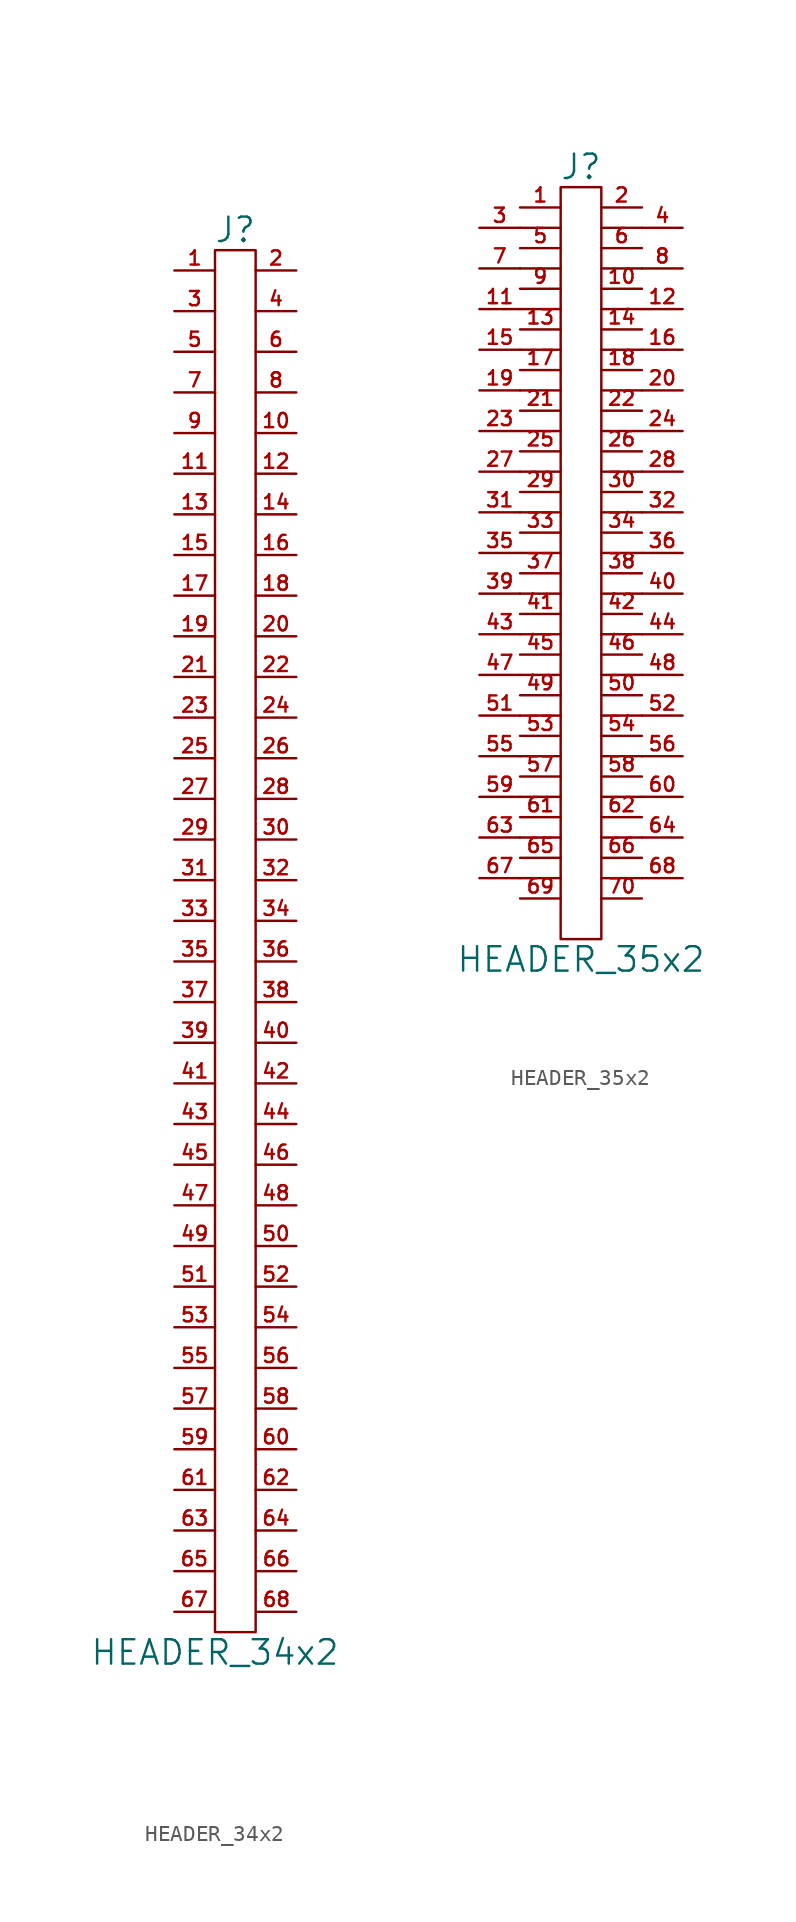
<source format=kicad_sym>
(kicad_symbol_lib
  (version 20201005)
  (generator kicad_symbol_editor)
  (symbol "HEADER_34x2"
    (pin_names
      (offset 0))
    (property "Reference" "J"
      (at 0 44.45 0)
      (effects (font (size 1.524 1.524))))
    (property "Value" "HEADER_34x2"
      (at -1.27 -44.45 0)
      (effects (font (size 1.524 1.524))))
    (property "Footprint" ""
      (at 0 0 0)
      (effects (font (size 1.524 1.524))))
    (property "Datasheet" ""
      (at 0 0 0)
      (effects (font (size 1.524 1.524))))
    (symbol "HEADER_34x2_0_1"
      (rectangle (start 1.27 -43.18) (end -1.27 43.18) (stroke (width 0)) (fill (type none))))
    (symbol "HEADER_34x2_1_1"
      (pin passive line (at -3.81 41.91 0) (length 2.54) (name "~" (effects (font (size 1.27 1.27)))) (number "1" (effects (font (size 0.889 0.889)))))
      (pin passive line (at 3.81 31.75 180) (length 2.54) (name "~" (effects (font (size 1.27 1.27)))) (number "10" (effects (font (size 0.889 0.889)))))
      (pin passive line (at -3.81 29.21 0) (length 2.54) (name "~" (effects (font (size 1.27 1.27)))) (number "11" (effects (font (size 0.889 0.889)))))
      (pin passive line (at 3.81 29.21 180) (length 2.54) (name "~" (effects (font (size 1.27 1.27)))) (number "12" (effects (font (size 0.889 0.889)))))
      (pin passive line (at -3.81 26.67 0) (length 2.54) (name "~" (effects (font (size 1.27 1.27)))) (number "13" (effects (font (size 0.889 0.889)))))
      (pin passive line (at 3.81 26.67 180) (length 2.54) (name "~" (effects (font (size 1.27 1.27)))) (number "14" (effects (font (size 0.889 0.889)))))
      (pin passive line (at -3.81 24.13 0) (length 2.54) (name "~" (effects (font (size 1.27 1.27)))) (number "15" (effects (font (size 0.889 0.889)))))
      (pin passive line (at 3.81 24.13 180) (length 2.54) (name "~" (effects (font (size 1.27 1.27)))) (number "16" (effects (font (size 0.889 0.889)))))
      (pin passive line (at -3.81 21.59 0) (length 2.54) (name "~" (effects (font (size 1.27 1.27)))) (number "17" (effects (font (size 0.889 0.889)))))
      (pin passive line (at 3.81 21.59 180) (length 2.54) (name "~" (effects (font (size 1.27 1.27)))) (number "18" (effects (font (size 0.889 0.889)))))
      (pin passive line (at -3.81 19.05 0) (length 2.54) (name "~" (effects (font (size 1.27 1.27)))) (number "19" (effects (font (size 0.889 0.889)))))
      (pin passive line (at 3.81 41.91 180) (length 2.54) (name "~" (effects (font (size 1.27 1.27)))) (number "2" (effects (font (size 0.889 0.889)))))
      (pin passive line (at 3.81 19.05 180) (length 2.54) (name "~" (effects (font (size 1.27 1.27)))) (number "20" (effects (font (size 0.889 0.889)))))
      (pin passive line (at -3.81 16.51 0) (length 2.54) (name "~" (effects (font (size 1.27 1.27)))) (number "21" (effects (font (size 0.889 0.889)))))
      (pin passive line (at 3.81 16.51 180) (length 2.54) (name "~" (effects (font (size 1.27 1.27)))) (number "22" (effects (font (size 0.889 0.889)))))
      (pin passive line (at -3.81 13.97 0) (length 2.54) (name "~" (effects (font (size 1.27 1.27)))) (number "23" (effects (font (size 0.889 0.889)))))
      (pin passive line (at 3.81 13.97 180) (length 2.54) (name "~" (effects (font (size 1.27 1.27)))) (number "24" (effects (font (size 0.889 0.889)))))
      (pin passive line (at -3.81 11.43 0) (length 2.54) (name "~" (effects (font (size 1.27 1.27)))) (number "25" (effects (font (size 0.889 0.889)))))
      (pin passive line (at 3.81 11.43 180) (length 2.54) (name "~" (effects (font (size 1.27 1.27)))) (number "26" (effects (font (size 0.889 0.889)))))
      (pin passive line (at -3.81 8.89 0) (length 2.54) (name "~" (effects (font (size 1.27 1.27)))) (number "27" (effects (font (size 0.889 0.889)))))
      (pin passive line (at 3.81 8.89 180) (length 2.54) (name "~" (effects (font (size 1.27 1.27)))) (number "28" (effects (font (size 0.889 0.889)))))
      (pin passive line (at -3.81 6.35 0) (length 2.54) (name "~" (effects (font (size 1.27 1.27)))) (number "29" (effects (font (size 0.889 0.889)))))
      (pin passive line (at -3.81 39.37 0) (length 2.54) (name "~" (effects (font (size 1.27 1.27)))) (number "3" (effects (font (size 0.889 0.889)))))
      (pin passive line (at 3.81 6.35 180) (length 2.54) (name "~" (effects (font (size 1.27 1.27)))) (number "30" (effects (font (size 0.889 0.889)))))
      (pin passive line (at -3.81 3.81 0) (length 2.54) (name "~" (effects (font (size 1.27 1.27)))) (number "31" (effects (font (size 0.889 0.889)))))
      (pin passive line (at 3.81 3.81 180) (length 2.54) (name "~" (effects (font (size 1.27 1.27)))) (number "32" (effects (font (size 0.889 0.889)))))
      (pin passive line (at -3.81 1.27 0) (length 2.54) (name "~" (effects (font (size 1.27 1.27)))) (number "33" (effects (font (size 0.889 0.889)))))
      (pin passive line (at 3.81 1.27 180) (length 2.54) (name "~" (effects (font (size 1.27 1.27)))) (number "34" (effects (font (size 0.889 0.889)))))
      (pin passive line (at -3.81 -1.27 0) (length 2.54) (name "~" (effects (font (size 1.27 1.27)))) (number "35" (effects (font (size 0.889 0.889)))))
      (pin passive line (at 3.81 -1.27 180) (length 2.54) (name "~" (effects (font (size 1.27 1.27)))) (number "36" (effects (font (size 0.889 0.889)))))
      (pin passive line (at -3.81 -3.81 0) (length 2.54) (name "~" (effects (font (size 1.27 1.27)))) (number "37" (effects (font (size 0.889 0.889)))))
      (pin passive line (at 3.81 -3.81 180) (length 2.54) (name "~" (effects (font (size 1.27 1.27)))) (number "38" (effects (font (size 0.889 0.889)))))
      (pin passive line (at -3.81 -6.35 0) (length 2.54) (name "~" (effects (font (size 1.27 1.27)))) (number "39" (effects (font (size 0.889 0.889)))))
      (pin passive line (at 3.81 39.37 180) (length 2.54) (name "~" (effects (font (size 1.27 1.27)))) (number "4" (effects (font (size 0.889 0.889)))))
      (pin passive line (at 3.81 -6.35 180) (length 2.54) (name "~" (effects (font (size 1.27 1.27)))) (number "40" (effects (font (size 0.889 0.889)))))
      (pin passive line (at -3.81 -8.89 0) (length 2.54) (name "~" (effects (font (size 1.27 1.27)))) (number "41" (effects (font (size 0.889 0.889)))))
      (pin passive line (at 3.81 -8.89 180) (length 2.54) (name "~" (effects (font (size 1.27 1.27)))) (number "42" (effects (font (size 0.889 0.889)))))
      (pin passive line (at -3.81 -11.43 0) (length 2.54) (name "~" (effects (font (size 1.27 1.27)))) (number "43" (effects (font (size 0.889 0.889)))))
      (pin passive line (at 3.81 -11.43 180) (length 2.54) (name "~" (effects (font (size 1.27 1.27)))) (number "44" (effects (font (size 0.889 0.889)))))
      (pin passive line (at -3.81 -13.97 0) (length 2.54) (name "~" (effects (font (size 1.27 1.27)))) (number "45" (effects (font (size 0.889 0.889)))))
      (pin passive line (at 3.81 -13.97 180) (length 2.54) (name "~" (effects (font (size 1.27 1.27)))) (number "46" (effects (font (size 0.889 0.889)))))
      (pin passive line (at -3.81 -16.51 0) (length 2.54) (name "~" (effects (font (size 1.27 1.27)))) (number "47" (effects (font (size 0.889 0.889)))))
      (pin passive line (at 3.81 -16.51 180) (length 2.54) (name "~" (effects (font (size 1.27 1.27)))) (number "48" (effects (font (size 0.889 0.889)))))
      (pin passive line (at -3.81 -19.05 0) (length 2.54) (name "~" (effects (font (size 1.27 1.27)))) (number "49" (effects (font (size 0.889 0.889)))))
      (pin passive line (at -3.81 36.83 0) (length 2.54) (name "~" (effects (font (size 1.27 1.27)))) (number "5" (effects (font (size 0.889 0.889)))))
      (pin passive line (at 3.81 -19.05 180) (length 2.54) (name "~" (effects (font (size 1.27 1.27)))) (number "50" (effects (font (size 0.889 0.889)))))
      (pin passive line (at -3.81 -21.59 0) (length 2.54) (name "~" (effects (font (size 1.27 1.27)))) (number "51" (effects (font (size 0.889 0.889)))))
      (pin passive line (at 3.81 -21.59 180) (length 2.54) (name "~" (effects (font (size 1.27 1.27)))) (number "52" (effects (font (size 0.889 0.889)))))
      (pin passive line (at -3.81 -24.13 0) (length 2.54) (name "~" (effects (font (size 1.27 1.27)))) (number "53" (effects (font (size 0.889 0.889)))))
      (pin passive line (at 3.81 -24.13 180) (length 2.54) (name "~" (effects (font (size 1.27 1.27)))) (number "54" (effects (font (size 0.889 0.889)))))
      (pin passive line (at -3.81 -26.67 0) (length 2.54) (name "~" (effects (font (size 1.27 1.27)))) (number "55" (effects (font (size 0.889 0.889)))))
      (pin passive line (at 3.81 -26.67 180) (length 2.54) (name "~" (effects (font (size 1.27 1.27)))) (number "56" (effects (font (size 0.889 0.889)))))
      (pin passive line (at -3.81 -29.21 0) (length 2.54) (name "~" (effects (font (size 1.27 1.27)))) (number "57" (effects (font (size 0.889 0.889)))))
      (pin passive line (at 3.81 -29.21 180) (length 2.54) (name "~" (effects (font (size 1.27 1.27)))) (number "58" (effects (font (size 0.889 0.889)))))
      (pin passive line (at -3.81 -31.75 0) (length 2.54) (name "~" (effects (font (size 1.27 1.27)))) (number "59" (effects (font (size 0.889 0.889)))))
      (pin passive line (at 3.81 36.83 180) (length 2.54) (name "~" (effects (font (size 1.27 1.27)))) (number "6" (effects (font (size 0.889 0.889)))))
      (pin passive line (at 3.81 -31.75 180) (length 2.54) (name "~" (effects (font (size 1.27 1.27)))) (number "60" (effects (font (size 0.889 0.889)))))
      (pin passive line (at -3.81 -34.29 0) (length 2.54) (name "~" (effects (font (size 1.27 1.27)))) (number "61" (effects (font (size 0.889 0.889)))))
      (pin passive line (at 3.81 -34.29 180) (length 2.54) (name "~" (effects (font (size 1.27 1.27)))) (number "62" (effects (font (size 0.889 0.889)))))
      (pin passive line (at -3.81 -36.83 0) (length 2.54) (name "~" (effects (font (size 0.889 0.889)))) (number "63" (effects (font (size 0.889 0.889)))))
      (pin passive line (at 3.81 -36.83 180) (length 2.54) (name "~" (effects (font (size 1.27 1.27)))) (number "64" (effects (font (size 0.889 0.889)))))
      (pin passive line (at -3.81 -39.37 0) (length 2.489) (name "~" (effects (font (size 0.508 0.508)))) (number "65" (effects (font (size 0.889 0.889)))))
      (pin passive line (at 3.81 -39.37 180) (length 2.489) (name "~" (effects (font (size 0.508 0.508)))) (number "66" (effects (font (size 0.889 0.889)))))
      (pin passive line (at -3.81 -41.91 0) (length 2.489) (name "~" (effects (font (size 0.508 0.508)))) (number "67" (effects (font (size 0.889 0.889)))))
      (pin passive line (at 3.81 -41.91 180) (length 2.489) (name "~" (effects (font (size 0.508 0.508)))) (number "68" (effects (font (size 0.889 0.889)))))
      (pin passive line (at -3.81 34.29 0) (length 2.54) (name "~" (effects (font (size 1.27 1.27)))) (number "7" (effects (font (size 0.889 0.889)))))
      (pin passive line (at 3.81 34.29 180) (length 2.54) (name "~" (effects (font (size 1.27 1.27)))) (number "8" (effects (font (size 0.889 0.889)))))
      (pin passive line (at -3.81 31.75 0) (length 2.54) (name "~" (effects (font (size 1.27 1.27)))) (number "9" (effects (font (size 0.889 0.889)))))))
  (symbol "HEADER_35x2"
    (pin_names
      (offset 0))
    (property "Reference" "J"
      (at 0 24.13 0)
      (effects (font (size 1.524 1.524))))
    (property "Value" "HEADER_35x2"
      (at 0 -25.4 0)
      (effects (font (size 1.524 1.524))))
    (property "Footprint" ""
      (at 0 -2.54 0)
      (effects (font (size 1.524 1.524))))
    (property "Datasheet" ""
      (at 0 -2.54 0)
      (effects (font (size 1.524 1.524))))
    (symbol "HEADER_35x2_0_1"
      (rectangle (start 1.27 -24.13) (end -1.27 22.86) (stroke (width 0)) (fill (type none)))
      (polyline (pts (xy -3.81 -20.32) (xy -1.27 -20.32)) (stroke (width 0)) (fill (type none)))
      (polyline (pts (xy -3.81 -17.78) (xy -1.27 -17.78)) (stroke (width 0)) (fill (type none)))
      (polyline (pts (xy -3.81 -15.24) (xy -1.27 -15.24)) (stroke (width 0)) (fill (type none)))
      (polyline (pts (xy -3.81 -12.7) (xy -1.27 -12.7)) (stroke (width 0)) (fill (type none)))
      (polyline (pts (xy -3.81 -10.16) (xy -1.27 -10.16)) (stroke (width 0)) (fill (type none)))
      (polyline (pts (xy -3.81 -7.62) (xy -1.27 -7.62)) (stroke (width 0)) (fill (type none)))
      (polyline (pts (xy -3.81 -5.08) (xy -1.27 -5.08)) (stroke (width 0)) (fill (type none)))
      (polyline (pts (xy -3.81 -2.54) (xy -1.27 -2.54)) (stroke (width 0)) (fill (type none)))
      (polyline (pts (xy -3.81 0) (xy -1.27 0)) (stroke (width 0)) (fill (type none)))
      (polyline (pts (xy -3.81 2.54) (xy -1.27 2.54)) (stroke (width 0)) (fill (type none)))
      (polyline (pts (xy -3.81 5.08) (xy -1.27 5.08)) (stroke (width 0)) (fill (type none)))
      (polyline (pts (xy -3.81 7.62) (xy -1.27 7.62)) (stroke (width 0)) (fill (type none)))
      (polyline (pts (xy -3.81 10.16) (xy -1.27 10.16)) (stroke (width 0)) (fill (type none)))
      (polyline (pts (xy -3.81 12.7) (xy -1.27 12.7)) (stroke (width 0)) (fill (type none)))
      (polyline (pts (xy -3.81 15.24) (xy -1.27 15.24)) (stroke (width 0)) (fill (type none)))
      (polyline (pts (xy -3.81 17.78) (xy -1.27 17.78)) (stroke (width 0)) (fill (type none)))
      (polyline (pts (xy -3.81 20.32) (xy -1.27 20.32)) (stroke (width 0)) (fill (type none)))
      (polyline (pts (xy 1.27 -20.32) (xy 3.81 -20.32)) (stroke (width 0)) (fill (type none)))
      (polyline (pts (xy 1.27 -17.78) (xy 3.81 -17.78)) (stroke (width 0)) (fill (type none)))
      (polyline (pts (xy 1.27 -15.24) (xy 3.81 -15.24)) (stroke (width 0)) (fill (type none)))
      (polyline (pts (xy 1.27 -12.7) (xy 3.81 -12.7)) (stroke (width 0)) (fill (type none)))
      (polyline (pts (xy 1.27 -10.16) (xy 3.81 -10.16)) (stroke (width 0)) (fill (type none)))
      (polyline (pts (xy 1.27 -7.62) (xy 3.81 -7.62)) (stroke (width 0)) (fill (type none)))
      (polyline (pts (xy 1.27 -5.08) (xy 3.81 -5.08)) (stroke (width 0)) (fill (type none)))
      (polyline (pts (xy 1.27 -2.54) (xy 3.81 -2.54)) (stroke (width 0)) (fill (type none)))
      (polyline (pts (xy 1.27 0) (xy 3.81 0)) (stroke (width 0)) (fill (type none)))
      (polyline (pts (xy 1.27 2.54) (xy 3.81 2.54)) (stroke (width 0)) (fill (type none)))
      (polyline (pts (xy 1.27 5.08) (xy 3.81 5.08)) (stroke (width 0)) (fill (type none)))
      (polyline (pts (xy 1.27 7.62) (xy 3.81 7.62)) (stroke (width 0)) (fill (type none)))
      (polyline (pts (xy 1.27 10.16) (xy 3.81 10.16)) (stroke (width 0)) (fill (type none)))
      (polyline (pts (xy 1.27 12.7) (xy 3.81 12.7)) (stroke (width 0)) (fill (type none)))
      (polyline (pts (xy 1.27 15.24) (xy 3.81 15.24)) (stroke (width 0)) (fill (type none)))
      (polyline (pts (xy 1.27 17.78) (xy 3.81 17.78)) (stroke (width 0)) (fill (type none)))
      (polyline (pts (xy 1.27 20.32) (xy 3.81 20.32)) (stroke (width 0)) (fill (type none))))
    (symbol "HEADER_35x2_1_1"
      (pin passive line (at -3.81 21.59 0) (length 2.54) (name "~" (effects (font (size 1.27 1.27)))) (number "1" (effects (font (size 0.889 0.889)))))
      (pin passive line (at 3.81 16.51 180) (length 2.54) (name "~" (effects (font (size 1.27 1.27)))) (number "10" (effects (font (size 0.889 0.889)))))
      (pin passive line (at -6.35 15.24 0) (length 2.54) (name "~" (effects (font (size 1.27 1.27)))) (number "11" (effects (font (size 0.889 0.889)))))
      (pin passive line (at 6.35 15.24 180) (length 2.54) (name "~" (effects (font (size 1.27 1.27)))) (number "12" (effects (font (size 0.889 0.889)))))
      (pin passive line (at -3.81 13.97 0) (length 2.54) (name "~" (effects (font (size 1.27 1.27)))) (number "13" (effects (font (size 0.889 0.889)))))
      (pin passive line (at 3.81 13.97 180) (length 2.54) (name "~" (effects (font (size 1.27 1.27)))) (number "14" (effects (font (size 0.889 0.889)))))
      (pin passive line (at -6.35 12.7 0) (length 2.54) (name "~" (effects (font (size 1.27 1.27)))) (number "15" (effects (font (size 0.889 0.889)))))
      (pin passive line (at 6.35 12.7 180) (length 2.54) (name "~" (effects (font (size 1.27 1.27)))) (number "16" (effects (font (size 0.889 0.889)))))
      (pin passive line (at -3.81 11.43 0) (length 2.54) (name "~" (effects (font (size 1.27 1.27)))) (number "17" (effects (font (size 0.889 0.889)))))
      (pin passive line (at 3.81 11.43 180) (length 2.54) (name "~" (effects (font (size 1.27 1.27)))) (number "18" (effects (font (size 0.889 0.889)))))
      (pin passive line (at -6.35 10.16 0) (length 2.54) (name "~" (effects (font (size 1.27 1.27)))) (number "19" (effects (font (size 0.889 0.889)))))
      (pin passive line (at 3.81 21.59 180) (length 2.54) (name "~" (effects (font (size 1.27 1.27)))) (number "2" (effects (font (size 0.889 0.889)))))
      (pin passive line (at 6.35 10.16 180) (length 2.54) (name "~" (effects (font (size 1.27 1.27)))) (number "20" (effects (font (size 0.889 0.889)))))
      (pin passive line (at -3.81 8.89 0) (length 2.54) (name "~" (effects (font (size 1.27 1.27)))) (number "21" (effects (font (size 0.889 0.889)))))
      (pin passive line (at 3.81 8.89 180) (length 2.54) (name "~" (effects (font (size 1.27 1.27)))) (number "22" (effects (font (size 0.889 0.889)))))
      (pin passive line (at -6.35 7.62 0) (length 2.54) (name "~" (effects (font (size 1.27 1.27)))) (number "23" (effects (font (size 0.889 0.889)))))
      (pin passive line (at 6.35 7.62 180) (length 2.54) (name "~" (effects (font (size 1.27 1.27)))) (number "24" (effects (font (size 0.889 0.889)))))
      (pin passive line (at -3.81 6.35 0) (length 2.54) (name "~" (effects (font (size 1.27 1.27)))) (number "25" (effects (font (size 0.889 0.889)))))
      (pin passive line (at 3.81 6.35 180) (length 2.54) (name "~" (effects (font (size 1.27 1.27)))) (number "26" (effects (font (size 0.889 0.889)))))
      (pin passive line (at -6.35 5.08 0) (length 2.54) (name "~" (effects (font (size 1.27 1.27)))) (number "27" (effects (font (size 0.889 0.889)))))
      (pin passive line (at 6.35 5.08 180) (length 2.54) (name "~" (effects (font (size 1.27 1.27)))) (number "28" (effects (font (size 0.889 0.889)))))
      (pin passive line (at -3.81 3.81 0) (length 2.54) (name "~" (effects (font (size 1.27 1.27)))) (number "29" (effects (font (size 0.889 0.889)))))
      (pin passive line (at -6.35 20.32 0) (length 2.54) (name "~" (effects (font (size 1.27 1.27)))) (number "3" (effects (font (size 0.889 0.889)))))
      (pin passive line (at 3.81 3.81 180) (length 2.54) (name "~" (effects (font (size 1.27 1.27)))) (number "30" (effects (font (size 0.889 0.889)))))
      (pin passive line (at -6.35 2.54 0) (length 2.54) (name "~" (effects (font (size 1.27 1.27)))) (number "31" (effects (font (size 0.889 0.889)))))
      (pin passive line (at 6.35 2.54 180) (length 2.54) (name "~" (effects (font (size 1.27 1.27)))) (number "32" (effects (font (size 0.889 0.889)))))
      (pin passive line (at -3.81 1.27 0) (length 2.54) (name "~" (effects (font (size 1.27 1.27)))) (number "33" (effects (font (size 0.889 0.889)))))
      (pin passive line (at 3.81 1.27 180) (length 2.54) (name "~" (effects (font (size 1.27 1.27)))) (number "34" (effects (font (size 0.889 0.889)))))
      (pin passive line (at -6.35 0 0) (length 2.54) (name "~" (effects (font (size 1.27 1.27)))) (number "35" (effects (font (size 0.889 0.889)))))
      (pin passive line (at 6.35 0 180) (length 2.54) (name "~" (effects (font (size 1.27 1.27)))) (number "36" (effects (font (size 0.889 0.889)))))
      (pin passive line (at -3.81 -1.27 0) (length 2.54) (name "~" (effects (font (size 0.889 0.889)))) (number "37" (effects (font (size 0.889 0.889)))))
      (pin passive line (at 3.81 -1.27 180) (length 2.54) (name "~" (effects (font (size 1.27 1.27)))) (number "38" (effects (font (size 0.889 0.889)))))
      (pin passive line (at -6.35 -2.54 0) (length 2.54) (name "~" (effects (font (size 1.27 1.27)))) (number "39" (effects (font (size 0.889 0.889)))))
      (pin passive line (at 6.35 20.32 180) (length 2.54) (name "~" (effects (font (size 1.27 1.27)))) (number "4" (effects (font (size 0.889 0.889)))))
      (pin passive line (at 6.35 -2.54 180) (length 2.54) (name "~" (effects (font (size 1.27 1.27)))) (number "40" (effects (font (size 0.889 0.889)))))
      (pin passive line (at -3.81 -3.81 0) (length 2.54) (name "~" (effects (font (size 1.27 1.27)))) (number "41" (effects (font (size 0.889 0.889)))))
      (pin passive line (at 3.81 -3.81 180) (length 2.54) (name "~" (effects (font (size 1.27 1.27)))) (number "42" (effects (font (size 0.889 0.889)))))
      (pin passive line (at -6.35 -5.08 0) (length 2.54) (name "~" (effects (font (size 1.27 1.27)))) (number "43" (effects (font (size 0.889 0.889)))))
      (pin passive line (at 6.35 -5.08 180) (length 2.54) (name "~" (effects (font (size 1.27 1.27)))) (number "44" (effects (font (size 0.889 0.889)))))
      (pin passive line (at -3.81 -6.35 0) (length 2.54) (name "~" (effects (font (size 1.27 1.27)))) (number "45" (effects (font (size 0.889 0.889)))))
      (pin passive line (at 3.81 -6.35 180) (length 2.54) (name "~" (effects (font (size 1.27 1.27)))) (number "46" (effects (font (size 0.889 0.889)))))
      (pin passive line (at -6.35 -7.62 0) (length 2.54) (name "~" (effects (font (size 1.27 1.27)))) (number "47" (effects (font (size 0.889 0.889)))))
      (pin passive line (at 6.35 -7.62 180) (length 2.54) (name "~" (effects (font (size 1.27 1.27)))) (number "48" (effects (font (size 0.889 0.889)))))
      (pin passive line (at -3.81 -8.89 0) (length 2.54) (name "~" (effects (font (size 1.27 1.27)))) (number "49" (effects (font (size 0.889 0.889)))))
      (pin passive line (at -3.81 19.05 0) (length 2.54) (name "~" (effects (font (size 1.27 1.27)))) (number "5" (effects (font (size 0.889 0.889)))))
      (pin passive line (at 3.81 -8.89 180) (length 2.54) (name "~" (effects (font (size 1.27 1.27)))) (number "50" (effects (font (size 0.889 0.889)))))
      (pin passive line (at -6.35 -10.16 0) (length 2.54) (name "~" (effects (font (size 1.27 1.27)))) (number "51" (effects (font (size 0.889 0.889)))))
      (pin passive line (at 6.35 -10.16 180) (length 2.54) (name "~" (effects (font (size 1.27 1.27)))) (number "52" (effects (font (size 0.889 0.889)))))
      (pin passive line (at -3.81 -11.43 0) (length 2.54) (name "~" (effects (font (size 1.27 1.27)))) (number "53" (effects (font (size 0.889 0.889)))))
      (pin passive line (at 3.81 -11.43 180) (length 2.54) (name "~" (effects (font (size 1.27 1.27)))) (number "54" (effects (font (size 0.889 0.889)))))
      (pin passive line (at -6.35 -12.7 0) (length 2.54) (name "~" (effects (font (size 1.27 1.27)))) (number "55" (effects (font (size 0.889 0.889)))))
      (pin passive line (at 6.35 -12.7 180) (length 2.54) (name "~" (effects (font (size 1.27 1.27)))) (number "56" (effects (font (size 0.889 0.889)))))
      (pin passive line (at -3.81 -13.97 0) (length 2.54) (name "~" (effects (font (size 1.27 1.27)))) (number "57" (effects (font (size 0.889 0.889)))))
      (pin passive line (at 3.81 -13.97 180) (length 2.54) (name "~" (effects (font (size 1.27 1.27)))) (number "58" (effects (font (size 0.889 0.889)))))
      (pin passive line (at -6.35 -15.24 0) (length 2.54) (name "~" (effects (font (size 1.27 1.27)))) (number "59" (effects (font (size 0.889 0.889)))))
      (pin passive line (at 3.81 19.05 180) (length 2.54) (name "~" (effects (font (size 1.27 1.27)))) (number "6" (effects (font (size 0.889 0.889)))))
      (pin passive line (at 6.35 -15.24 180) (length 2.54) (name "~" (effects (font (size 1.27 1.27)))) (number "60" (effects (font (size 0.889 0.889)))))
      (pin passive line (at -3.81 -16.51 0) (length 2.54) (name "~" (effects (font (size 1.27 1.27)))) (number "61" (effects (font (size 0.889 0.889)))))
      (pin passive line (at 3.81 -16.51 180) (length 2.54) (name "~" (effects (font (size 1.27 1.27)))) (number "62" (effects (font (size 0.889 0.889)))))
      (pin passive line (at -6.35 -17.78 0) (length 2.54) (name "~" (effects (font (size 1.27 1.27)))) (number "63" (effects (font (size 0.889 0.889)))))
      (pin passive line (at 6.35 -17.78 180) (length 2.54) (name "~" (effects (font (size 1.27 1.27)))) (number "64" (effects (font (size 0.889 0.889)))))
      (pin passive line (at -3.81 -19.05 0) (length 2.54) (name "~" (effects (font (size 1.27 1.27)))) (number "65" (effects (font (size 0.889 0.889)))))
      (pin passive line (at 3.81 -19.05 180) (length 2.54) (name "~" (effects (font (size 1.27 1.27)))) (number "66" (effects (font (size 0.889 0.889)))))
      (pin passive line (at -6.35 -20.32 0) (length 2.54) (name "~" (effects (font (size 1.27 1.27)))) (number "67" (effects (font (size 0.889 0.889)))))
      (pin passive line (at 6.35 -20.32 180) (length 2.54) (name "~" (effects (font (size 1.27 1.27)))) (number "68" (effects (font (size 0.889 0.889)))))
      (pin passive line (at -3.81 -21.59 0) (length 2.54) (name "~" (effects (font (size 1.27 1.27)))) (number "69" (effects (font (size 0.889 0.889)))))
      (pin passive line (at -6.35 17.78 0) (length 2.54) (name "~" (effects (font (size 1.27 1.27)))) (number "7" (effects (font (size 0.889 0.889)))))
      (pin passive line (at 3.81 -21.59 180) (length 2.54) (name "~" (effects (font (size 1.27 1.27)))) (number "70" (effects (font (size 0.889 0.889)))))
      (pin passive line (at 6.35 17.78 180) (length 2.54) (name "~" (effects (font (size 1.27 1.27)))) (number "8" (effects (font (size 0.889 0.889)))))
      (pin passive line (at -3.81 16.51 0) (length 2.54) (name "~" (effects (font (size 1.27 1.27)))) (number "9" (effects (font (size 0.889 0.889))))))))
</source>
